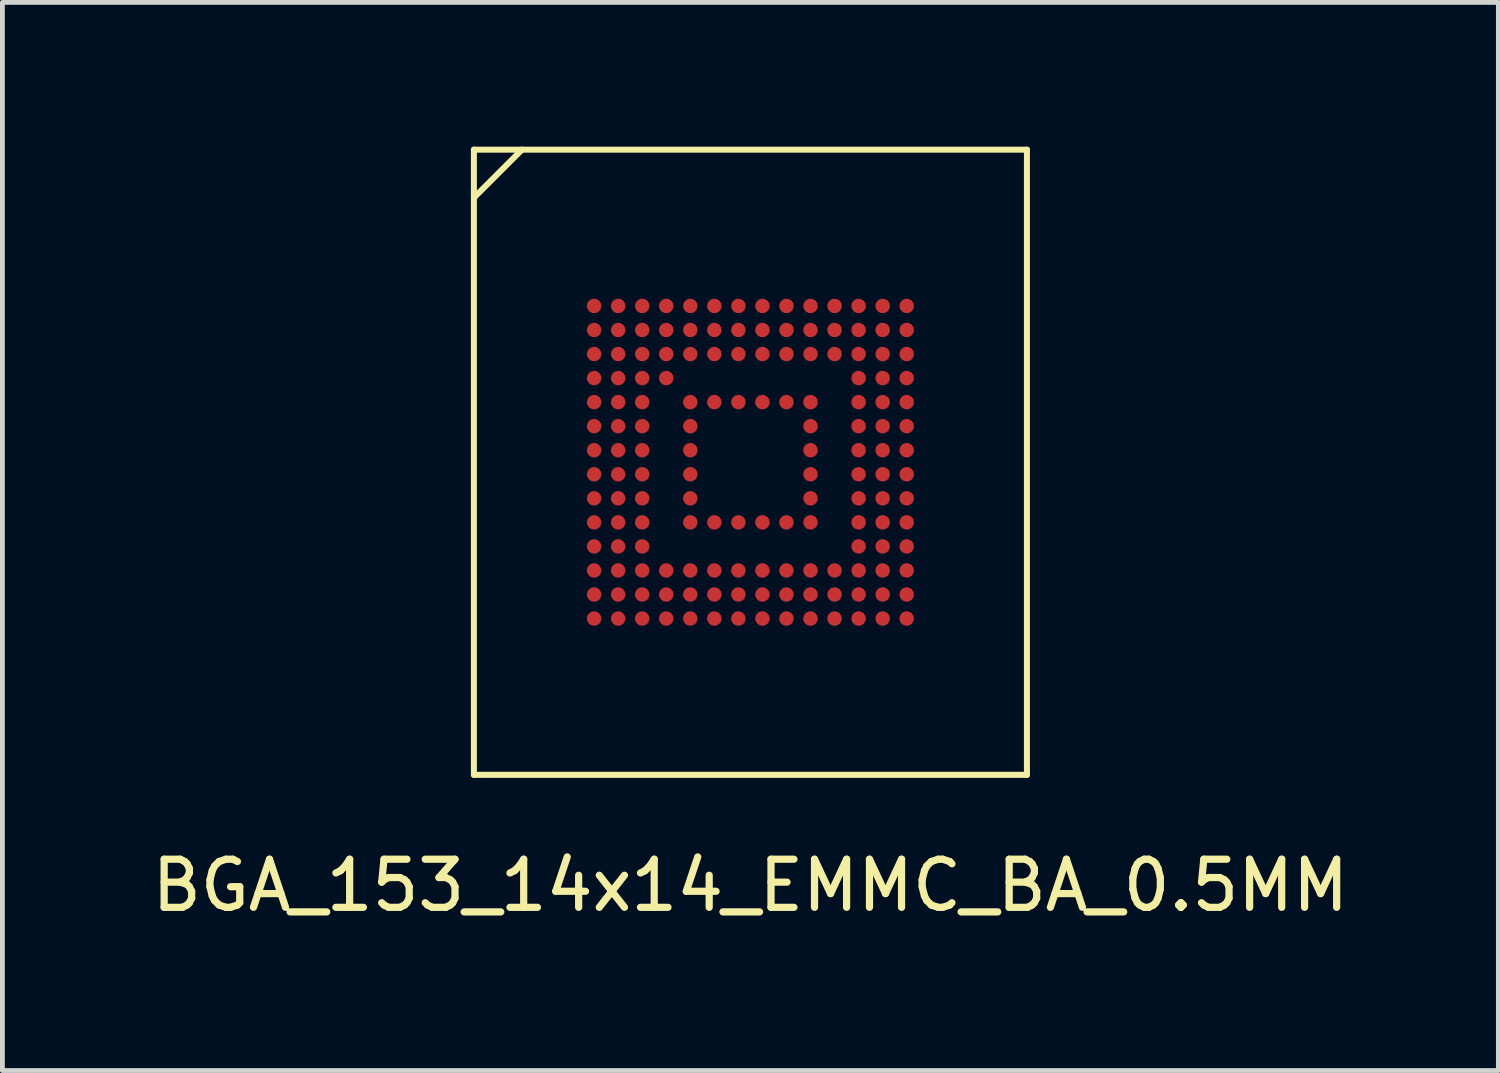
<source format=kicad_pcb>
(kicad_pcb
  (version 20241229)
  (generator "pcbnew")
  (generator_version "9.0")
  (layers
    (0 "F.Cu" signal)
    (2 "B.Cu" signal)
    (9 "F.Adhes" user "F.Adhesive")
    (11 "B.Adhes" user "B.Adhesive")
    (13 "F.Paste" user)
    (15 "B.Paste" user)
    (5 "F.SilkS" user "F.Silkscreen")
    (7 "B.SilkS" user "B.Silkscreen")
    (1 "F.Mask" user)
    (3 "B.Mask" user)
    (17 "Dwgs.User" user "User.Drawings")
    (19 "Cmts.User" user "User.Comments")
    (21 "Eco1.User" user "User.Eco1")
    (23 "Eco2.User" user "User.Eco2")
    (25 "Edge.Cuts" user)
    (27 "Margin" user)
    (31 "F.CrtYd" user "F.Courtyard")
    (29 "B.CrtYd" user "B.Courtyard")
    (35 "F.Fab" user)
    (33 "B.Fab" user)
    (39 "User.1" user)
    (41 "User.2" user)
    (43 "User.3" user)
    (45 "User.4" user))
  (footprint "BGA_153_14x14_EMMC_BA_0.5MM"
    (layer "F.Cu")
    (at 12.554 6.562)
    (property "Reference" "BGA_153_14x14_EMMC_BA_0.5MM" (at 0 8.8 0) (layer "F.SilkS") (effects (font (size 1 1) (thickness 0.15))))
    (attr through_hole)
    (fp_line (start -5.75 -6.5) (end -5.75 6.5) (stroke (width 0.125) (type solid)) (layer "F.SilkS"))
    (fp_line (start -5.75 -6.5) (end 5.75 -6.5) (stroke (width 0.125) (type solid)) (layer "F.SilkS"))
    (fp_line (start -5.75 6.5) (end 5.75 6.5) (stroke (width 0.125) (type solid)) (layer "F.SilkS"))
    (fp_line (start -4.75 -6.5) (end -5.75 -5.5) (stroke (width 0.125) (type solid)) (layer "F.SilkS"))
    (fp_line (start 5.75 -6.5) (end 5.75 6.5) (stroke (width 0.125) (type solid)) (layer "F.SilkS"))
    (pad "A1" smd circle (at -3.25 -3.25) (size 0.3 0.3) (layers "F.Cu" "F.Mask" "F.Paste"))
    (pad "A2" smd circle (at -2.75 -3.25) (size 0.3 0.3) (layers "F.Cu" "F.Mask" "F.Paste"))
    (pad "A3" smd circle (at -2.25 -3.25) (size 0.3 0.3) (layers "F.Cu" "F.Mask" "F.Paste"))
    (pad "A4" smd circle (at -1.75 -3.25) (size 0.3 0.3) (layers "F.Cu" "F.Mask" "F.Paste"))
    (pad "A5" smd circle (at -1.25 -3.25) (size 0.3 0.3) (layers "F.Cu" "F.Mask" "F.Paste"))
    (pad "A6" smd circle (at -0.75 -3.25) (size 0.3 0.3) (layers "F.Cu" "F.Mask" "F.Paste"))
    (pad "A7" smd circle (at -0.25 -3.25) (size 0.3 0.3) (layers "F.Cu" "F.Mask" "F.Paste"))
    (pad "A8" smd circle (at 0.25 -3.25) (size 0.3 0.3) (layers "F.Cu" "F.Mask" "F.Paste"))
    (pad "A9" smd circle (at 0.75 -3.25) (size 0.3 0.3) (layers "F.Cu" "F.Mask" "F.Paste"))
    (pad "A10" smd circle (at 1.25 -3.25) (size 0.3 0.3) (layers "F.Cu" "F.Mask" "F.Paste"))
    (pad "A11" smd circle (at 1.75 -3.25) (size 0.3 0.3) (layers "F.Cu" "F.Mask" "F.Paste"))
    (pad "A12" smd circle (at 2.25 -3.25) (size 0.3 0.3) (layers "F.Cu" "F.Mask" "F.Paste"))
    (pad "A13" smd circle (at 2.75 -3.25) (size 0.3 0.3) (layers "F.Cu" "F.Mask" "F.Paste"))
    (pad "A14" smd circle (at 3.25 -3.25) (size 0.3 0.3) (layers "F.Cu" "F.Mask" "F.Paste"))
    (pad "B1" smd circle (at -3.25 -2.75) (size 0.3 0.3) (layers "F.Cu" "F.Mask" "F.Paste"))
    (pad "B2" smd circle (at -2.75 -2.75) (size 0.3 0.3) (layers "F.Cu" "F.Mask" "F.Paste"))
    (pad "B3" smd circle (at -2.25 -2.75) (size 0.3 0.3) (layers "F.Cu" "F.Mask" "F.Paste"))
    (pad "B4" smd circle (at -1.75 -2.75) (size 0.3 0.3) (layers "F.Cu" "F.Mask" "F.Paste"))
    (pad "B5" smd circle (at -1.25 -2.75) (size 0.3 0.3) (layers "F.Cu" "F.Mask" "F.Paste"))
    (pad "B6" smd circle (at -0.75 -2.75) (size 0.3 0.3) (layers "F.Cu" "F.Mask" "F.Paste"))
    (pad "B7" smd circle (at -0.25 -2.75) (size 0.3 0.3) (layers "F.Cu" "F.Mask" "F.Paste"))
    (pad "B8" smd circle (at 0.25 -2.75) (size 0.3 0.3) (layers "F.Cu" "F.Mask" "F.Paste"))
    (pad "B9" smd circle (at 0.75 -2.75) (size 0.3 0.3) (layers "F.Cu" "F.Mask" "F.Paste"))
    (pad "B10" smd circle (at 1.25 -2.75) (size 0.3 0.3) (layers "F.Cu" "F.Mask" "F.Paste"))
    (pad "B11" smd circle (at 1.75 -2.75) (size 0.3 0.3) (layers "F.Cu" "F.Mask" "F.Paste"))
    (pad "B12" smd circle (at 2.25 -2.75) (size 0.3 0.3) (layers "F.Cu" "F.Mask" "F.Paste"))
    (pad "B13" smd circle (at 2.75 -2.75) (size 0.3 0.3) (layers "F.Cu" "F.Mask" "F.Paste"))
    (pad "B14" smd circle (at 3.25 -2.75) (size 0.3 0.3) (layers "F.Cu" "F.Mask" "F.Paste"))
    (pad "C1" smd circle (at -3.25 -2.25) (size 0.3 0.3) (layers "F.Cu" "F.Mask" "F.Paste"))
    (pad "C2" smd circle (at -2.75 -2.25) (size 0.3 0.3) (layers "F.Cu" "F.Mask" "F.Paste"))
    (pad "C3" smd circle (at -2.25 -2.25) (size 0.3 0.3) (layers "F.Cu" "F.Mask" "F.Paste"))
    (pad "C4" smd circle (at -1.75 -2.25) (size 0.3 0.3) (layers "F.Cu" "F.Mask" "F.Paste"))
    (pad "C5" smd circle (at -1.25 -2.25) (size 0.3 0.3) (layers "F.Cu" "F.Mask" "F.Paste"))
    (pad "C6" smd circle (at -0.75 -2.25) (size 0.3 0.3) (layers "F.Cu" "F.Mask" "F.Paste"))
    (pad "C7" smd circle (at -0.25 -2.25) (size 0.3 0.3) (layers "F.Cu" "F.Mask" "F.Paste"))
    (pad "C8" smd circle (at 0.25 -2.25) (size 0.3 0.3) (layers "F.Cu" "F.Mask" "F.Paste"))
    (pad "C9" smd circle (at 0.75 -2.25) (size 0.3 0.3) (layers "F.Cu" "F.Mask" "F.Paste"))
    (pad "C10" smd circle (at 1.25 -2.25) (size 0.3 0.3) (layers "F.Cu" "F.Mask" "F.Paste"))
    (pad "C11" smd circle (at 1.75 -2.25) (size 0.3 0.3) (layers "F.Cu" "F.Mask" "F.Paste"))
    (pad "C12" smd circle (at 2.25 -2.25) (size 0.3 0.3) (layers "F.Cu" "F.Mask" "F.Paste"))
    (pad "C13" smd circle (at 2.75 -2.25) (size 0.3 0.3) (layers "F.Cu" "F.Mask" "F.Paste"))
    (pad "C14" smd circle (at 3.25 -2.25) (size 0.3 0.3) (layers "F.Cu" "F.Mask" "F.Paste"))
    (pad "D1" smd circle (at -3.25 -1.75) (size 0.3 0.3) (layers "F.Cu" "F.Mask" "F.Paste"))
    (pad "D2" smd circle (at -2.75 -1.75) (size 0.3 0.3) (layers "F.Cu" "F.Mask" "F.Paste"))
    (pad "D3" smd circle (at -2.25 -1.75) (size 0.3 0.3) (layers "F.Cu" "F.Mask" "F.Paste"))
    (pad "D4" smd circle (at -1.75 -1.75) (size 0.3 0.3) (layers "F.Cu" "F.Mask" "F.Paste"))
    (pad "D12" smd circle (at 2.25 -1.75) (size 0.3 0.3) (layers "F.Cu" "F.Mask" "F.Paste"))
    (pad "D13" smd circle (at 2.75 -1.75) (size 0.3 0.3) (layers "F.Cu" "F.Mask" "F.Paste"))
    (pad "D14" smd circle (at 3.25 -1.75) (size 0.3 0.3) (layers "F.Cu" "F.Mask" "F.Paste"))
    (pad "E1" smd circle (at -3.25 -1.25) (size 0.3 0.3) (layers "F.Cu" "F.Mask" "F.Paste"))
    (pad "E2" smd circle (at -2.75 -1.25) (size 0.3 0.3) (layers "F.Cu" "F.Mask" "F.Paste"))
    (pad "E3" smd circle (at -2.25 -1.25) (size 0.3 0.3) (layers "F.Cu" "F.Mask" "F.Paste"))
    (pad "E5" smd circle (at -1.25 -1.25) (size 0.3 0.3) (layers "F.Cu" "F.Mask" "F.Paste"))
    (pad "E6" smd circle (at -0.75 -1.25) (size 0.3 0.3) (layers "F.Cu" "F.Mask" "F.Paste"))
    (pad "E7" smd circle (at -0.25 -1.25) (size 0.3 0.3) (layers "F.Cu" "F.Mask" "F.Paste"))
    (pad "E8" smd circle (at 0.25 -1.25) (size 0.3 0.3) (layers "F.Cu" "F.Mask" "F.Paste"))
    (pad "E9" smd circle (at 0.75 -1.25) (size 0.3 0.3) (layers "F.Cu" "F.Mask" "F.Paste"))
    (pad "E10" smd circle (at 1.25 -1.25) (size 0.3 0.3) (layers "F.Cu" "F.Mask" "F.Paste"))
    (pad "E12" smd circle (at 2.25 -1.25) (size 0.3 0.3) (layers "F.Cu" "F.Mask" "F.Paste"))
    (pad "E13" smd circle (at 2.75 -1.25) (size 0.3 0.3) (layers "F.Cu" "F.Mask" "F.Paste"))
    (pad "E14" smd circle (at 3.25 -1.25) (size 0.3 0.3) (layers "F.Cu" "F.Mask" "F.Paste"))
    (pad "F1" smd circle (at -3.25 -0.75) (size 0.3 0.3) (layers "F.Cu" "F.Mask" "F.Paste"))
    (pad "F2" smd circle (at -2.75 -0.75) (size 0.3 0.3) (layers "F.Cu" "F.Mask" "F.Paste"))
    (pad "F3" smd circle (at -2.25 -0.75) (size 0.3 0.3) (layers "F.Cu" "F.Mask" "F.Paste"))
    (pad "F5" smd circle (at -1.25 -0.75) (size 0.3 0.3) (layers "F.Cu" "F.Mask" "F.Paste"))
    (pad "F10" smd circle (at 1.25 -0.75) (size 0.3 0.3) (layers "F.Cu" "F.Mask" "F.Paste"))
    (pad "F12" smd circle (at 2.25 -0.75) (size 0.3 0.3) (layers "F.Cu" "F.Mask" "F.Paste"))
    (pad "F13" smd circle (at 2.75 -0.75) (size 0.3 0.3) (layers "F.Cu" "F.Mask" "F.Paste"))
    (pad "F14" smd circle (at 3.25 -0.75) (size 0.3 0.3) (layers "F.Cu" "F.Mask" "F.Paste"))
    (pad "G1" smd circle (at -3.25 -0.25) (size 0.3 0.3) (layers "F.Cu" "F.Mask" "F.Paste"))
    (pad "G2" smd circle (at -2.75 -0.25) (size 0.3 0.3) (layers "F.Cu" "F.Mask" "F.Paste"))
    (pad "G3" smd circle (at -2.25 -0.25) (size 0.3 0.3) (layers "F.Cu" "F.Mask" "F.Paste"))
    (pad "G5" smd circle (at -1.25 -0.25) (size 0.3 0.3) (layers "F.Cu" "F.Mask" "F.Paste"))
    (pad "G10" smd circle (at 1.25 -0.25) (size 0.3 0.3) (layers "F.Cu" "F.Mask" "F.Paste"))
    (pad "G12" smd circle (at 2.25 -0.25) (size 0.3 0.3) (layers "F.Cu" "F.Mask" "F.Paste"))
    (pad "G13" smd circle (at 2.75 -0.25) (size 0.3 0.3) (layers "F.Cu" "F.Mask" "F.Paste"))
    (pad "G14" smd circle (at 3.25 -0.25) (size 0.3 0.3) (layers "F.Cu" "F.Mask" "F.Paste"))
    (pad "H1" smd circle (at -3.25 0.25) (size 0.3 0.3) (layers "F.Cu" "F.Mask" "F.Paste"))
    (pad "H2" smd circle (at -2.75 0.25) (size 0.3 0.3) (layers "F.Cu" "F.Mask" "F.Paste"))
    (pad "H3" smd circle (at -2.25 0.25) (size 0.3 0.3) (layers "F.Cu" "F.Mask" "F.Paste"))
    (pad "H5" smd circle (at -1.25 0.25) (size 0.3 0.3) (layers "F.Cu" "F.Mask" "F.Paste"))
    (pad "H10" smd circle (at 1.25 0.25) (size 0.3 0.3) (layers "F.Cu" "F.Mask" "F.Paste"))
    (pad "H12" smd circle (at 2.25 0.25) (size 0.3 0.3) (layers "F.Cu" "F.Mask" "F.Paste"))
    (pad "H13" smd circle (at 2.75 0.25) (size 0.3 0.3) (layers "F.Cu" "F.Mask" "F.Paste"))
    (pad "H14" smd circle (at 3.25 0.25) (size 0.3 0.3) (layers "F.Cu" "F.Mask" "F.Paste"))
    (pad "J1" smd circle (at -3.25 0.75) (size 0.3 0.3) (layers "F.Cu" "F.Mask" "F.Paste"))
    (pad "J2" smd circle (at -2.75 0.75) (size 0.3 0.3) (layers "F.Cu" "F.Mask" "F.Paste"))
    (pad "J3" smd circle (at -2.25 0.75) (size 0.3 0.3) (layers "F.Cu" "F.Mask" "F.Paste"))
    (pad "J5" smd circle (at -1.25 0.75) (size 0.3 0.3) (layers "F.Cu" "F.Mask" "F.Paste"))
    (pad "J10" smd circle (at 1.25 0.75) (size 0.3 0.3) (layers "F.Cu" "F.Mask" "F.Paste"))
    (pad "J12" smd circle (at 2.25 0.75) (size 0.3 0.3) (layers "F.Cu" "F.Mask" "F.Paste"))
    (pad "J13" smd circle (at 2.75 0.75) (size 0.3 0.3) (layers "F.Cu" "F.Mask" "F.Paste"))
    (pad "J14" smd circle (at 3.25 0.75) (size 0.3 0.3) (layers "F.Cu" "F.Mask" "F.Paste"))
    (pad "K1" smd circle (at -3.25 1.25) (size 0.3 0.3) (layers "F.Cu" "F.Mask" "F.Paste"))
    (pad "K2" smd circle (at -2.75 1.25) (size 0.3 0.3) (layers "F.Cu" "F.Mask" "F.Paste"))
    (pad "K3" smd circle (at -2.25 1.25) (size 0.3 0.3) (layers "F.Cu" "F.Mask" "F.Paste"))
    (pad "K5" smd circle (at -1.25 1.25) (size 0.3 0.3) (layers "F.Cu" "F.Mask" "F.Paste"))
    (pad "K6" smd circle (at -0.75 1.25) (size 0.3 0.3) (layers "F.Cu" "F.Mask" "F.Paste"))
    (pad "K7" smd circle (at -0.25 1.25) (size 0.3 0.3) (layers "F.Cu" "F.Mask" "F.Paste"))
    (pad "K8" smd circle (at 0.25 1.25) (size 0.3 0.3) (layers "F.Cu" "F.Mask" "F.Paste"))
    (pad "K9" smd circle (at 0.75 1.25) (size 0.3 0.3) (layers "F.Cu" "F.Mask" "F.Paste"))
    (pad "K10" smd circle (at 1.25 1.25) (size 0.3 0.3) (layers "F.Cu" "F.Mask" "F.Paste"))
    (pad "K12" smd circle (at 2.25 1.25) (size 0.3 0.3) (layers "F.Cu" "F.Mask" "F.Paste"))
    (pad "K13" smd circle (at 2.75 1.25) (size 0.3 0.3) (layers "F.Cu" "F.Mask" "F.Paste"))
    (pad "K14" smd circle (at 3.25 1.25) (size 0.3 0.3) (layers "F.Cu" "F.Mask" "F.Paste"))
    (pad "L1" smd circle (at -3.25 1.75) (size 0.3 0.3) (layers "F.Cu" "F.Mask" "F.Paste"))
    (pad "L2" smd circle (at -2.75 1.75) (size 0.3 0.3) (layers "F.Cu" "F.Mask" "F.Paste"))
    (pad "L3" smd circle (at -2.25 1.75) (size 0.3 0.3) (layers "F.Cu" "F.Mask" "F.Paste"))
    (pad "L12" smd circle (at 2.25 1.75) (size 0.3 0.3) (layers "F.Cu" "F.Mask" "F.Paste"))
    (pad "L13" smd circle (at 2.75 1.75) (size 0.3 0.3) (layers "F.Cu" "F.Mask" "F.Paste"))
    (pad "L14" smd circle (at 3.25 1.75) (size 0.3 0.3) (layers "F.Cu" "F.Mask" "F.Paste"))
    (pad "M1" smd circle (at -3.25 2.25) (size 0.3 0.3) (layers "F.Cu" "F.Mask" "F.Paste"))
    (pad "M2" smd circle (at -2.75 2.25) (size 0.3 0.3) (layers "F.Cu" "F.Mask" "F.Paste"))
    (pad "M3" smd circle (at -2.25 2.25) (size 0.3 0.3) (layers "F.Cu" "F.Mask" "F.Paste"))
    (pad "M4" smd circle (at -1.75 2.25) (size 0.3 0.3) (layers "F.Cu" "F.Mask" "F.Paste"))
    (pad "M5" smd circle (at -1.25 2.25) (size 0.3 0.3) (layers "F.Cu" "F.Mask" "F.Paste"))
    (pad "M6" smd circle (at -0.75 2.25) (size 0.3 0.3) (layers "F.Cu" "F.Mask" "F.Paste"))
    (pad "M7" smd circle (at -0.25 2.25) (size 0.3 0.3) (layers "F.Cu" "F.Mask" "F.Paste"))
    (pad "M8" smd circle (at 0.25 2.25) (size 0.3 0.3) (layers "F.Cu" "F.Mask" "F.Paste"))
    (pad "M9" smd circle (at 0.75 2.25) (size 0.3 0.3) (layers "F.Cu" "F.Mask" "F.Paste"))
    (pad "M10" smd circle (at 1.25 2.25) (size 0.3 0.3) (layers "F.Cu" "F.Mask" "F.Paste"))
    (pad "M11" smd circle (at 1.75 2.25) (size 0.3 0.3) (layers "F.Cu" "F.Mask" "F.Paste"))
    (pad "M12" smd circle (at 2.25 2.25) (size 0.3 0.3) (layers "F.Cu" "F.Mask" "F.Paste"))
    (pad "M13" smd circle (at 2.75 2.25) (size 0.3 0.3) (layers "F.Cu" "F.Mask" "F.Paste"))
    (pad "M14" smd circle (at 3.25 2.25) (size 0.3 0.3) (layers "F.Cu" "F.Mask" "F.Paste"))
    (pad "N1" smd circle (at -3.25 2.75) (size 0.3 0.3) (layers "F.Cu" "F.Mask" "F.Paste"))
    (pad "N2" smd circle (at -2.75 2.75) (size 0.3 0.3) (layers "F.Cu" "F.Mask" "F.Paste"))
    (pad "N3" smd circle (at -2.25 2.75) (size 0.3 0.3) (layers "F.Cu" "F.Mask" "F.Paste"))
    (pad "N4" smd circle (at -1.75 2.75) (size 0.3 0.3) (layers "F.Cu" "F.Mask" "F.Paste"))
    (pad "N5" smd circle (at -1.25 2.75) (size 0.3 0.3) (layers "F.Cu" "F.Mask" "F.Paste"))
    (pad "N6" smd circle (at -0.75 2.75) (size 0.3 0.3) (layers "F.Cu" "F.Mask" "F.Paste"))
    (pad "N7" smd circle (at -0.25 2.75) (size 0.3 0.3) (layers "F.Cu" "F.Mask" "F.Paste"))
    (pad "N8" smd circle (at 0.25 2.75) (size 0.3 0.3) (layers "F.Cu" "F.Mask" "F.Paste"))
    (pad "N9" smd circle (at 0.75 2.75) (size 0.3 0.3) (layers "F.Cu" "F.Mask" "F.Paste"))
    (pad "N10" smd circle (at 1.25 2.75) (size 0.3 0.3) (layers "F.Cu" "F.Mask" "F.Paste"))
    (pad "N11" smd circle (at 1.75 2.75) (size 0.3 0.3) (layers "F.Cu" "F.Mask" "F.Paste"))
    (pad "N12" smd circle (at 2.25 2.75) (size 0.3 0.3) (layers "F.Cu" "F.Mask" "F.Paste"))
    (pad "N13" smd circle (at 2.75 2.75) (size 0.3 0.3) (layers "F.Cu" "F.Mask" "F.Paste"))
    (pad "N14" smd circle (at 3.25 2.75) (size 0.3 0.3) (layers "F.Cu" "F.Mask" "F.Paste"))
    (pad "P1" smd circle (at -3.25 3.25) (size 0.3 0.3) (layers "F.Cu" "F.Mask" "F.Paste"))
    (pad "P2" smd circle (at -2.75 3.25) (size 0.3 0.3) (layers "F.Cu" "F.Mask" "F.Paste"))
    (pad "P3" smd circle (at -2.25 3.25) (size 0.3 0.3) (layers "F.Cu" "F.Mask" "F.Paste"))
    (pad "P4" smd circle (at -1.75 3.25) (size 0.3 0.3) (layers "F.Cu" "F.Mask" "F.Paste"))
    (pad "P5" smd circle (at -1.25 3.25) (size 0.3 0.3) (layers "F.Cu" "F.Mask" "F.Paste"))
    (pad "P6" smd circle (at -0.75 3.25) (size 0.3 0.3) (layers "F.Cu" "F.Mask" "F.Paste"))
    (pad "P7" smd circle (at -0.25 3.25) (size 0.3 0.3) (layers "F.Cu" "F.Mask" "F.Paste"))
    (pad "P8" smd circle (at 0.25 3.25) (size 0.3 0.3) (layers "F.Cu" "F.Mask" "F.Paste"))
    (pad "P9" smd circle (at 0.75 3.25) (size 0.3 0.3) (layers "F.Cu" "F.Mask" "F.Paste"))
    (pad "P10" smd circle (at 1.25 3.25) (size 0.3 0.3) (layers "F.Cu" "F.Mask" "F.Paste"))
    (pad "P11" smd circle (at 1.75 3.25) (size 0.3 0.3) (layers "F.Cu" "F.Mask" "F.Paste"))
    (pad "P12" smd circle (at 2.25 3.25) (size 0.3 0.3) (layers "F.Cu" "F.Mask" "F.Paste"))
    (pad "P13" smd circle (at 2.75 3.25) (size 0.3 0.3) (layers "F.Cu" "F.Mask" "F.Paste"))
    (pad "P14" smd circle (at 3.25 3.25) (size 0.3 0.3) (layers "F.Cu" "F.Mask" "F.Paste")))
  (gr_rect
    (start -3 -3)
    (end 28.107 19.211)
    (stroke (width 0.1) (type default))
    (fill no)
    (layer "Edge.Cuts")))
</source>
